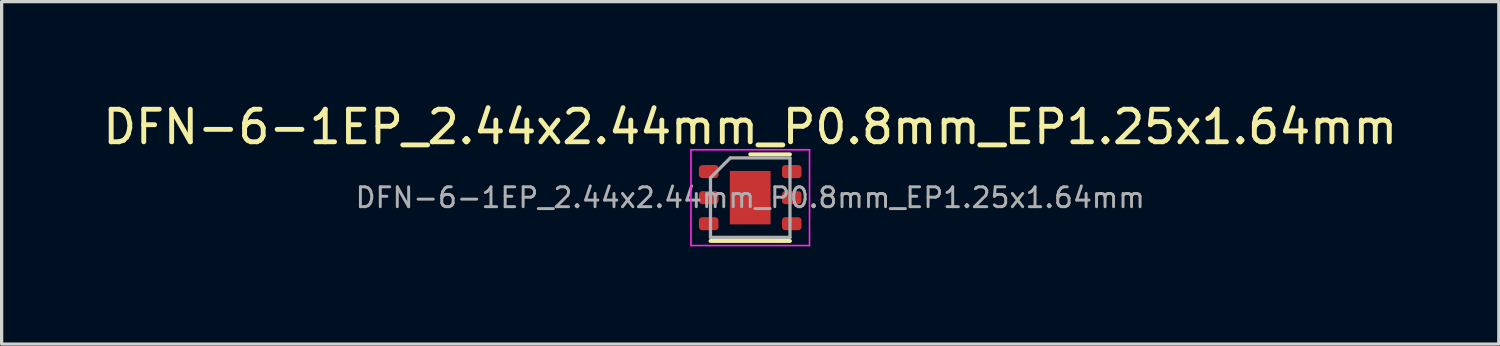
<source format=kicad_pcb>
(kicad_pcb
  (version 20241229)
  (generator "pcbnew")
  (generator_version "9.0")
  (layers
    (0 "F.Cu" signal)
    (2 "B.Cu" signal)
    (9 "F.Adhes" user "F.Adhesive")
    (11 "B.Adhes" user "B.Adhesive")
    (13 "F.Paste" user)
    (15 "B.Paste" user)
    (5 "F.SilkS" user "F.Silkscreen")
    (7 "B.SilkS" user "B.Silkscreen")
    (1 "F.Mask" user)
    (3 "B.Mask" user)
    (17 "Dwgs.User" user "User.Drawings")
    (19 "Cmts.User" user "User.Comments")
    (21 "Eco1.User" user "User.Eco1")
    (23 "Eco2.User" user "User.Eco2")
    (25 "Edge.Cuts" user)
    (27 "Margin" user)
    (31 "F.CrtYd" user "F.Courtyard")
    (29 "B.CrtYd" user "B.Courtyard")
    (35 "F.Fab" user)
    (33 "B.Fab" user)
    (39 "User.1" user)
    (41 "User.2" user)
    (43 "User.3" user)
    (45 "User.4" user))
  (footprint "DFN-6-1EP_2.44x2.44mm_P0.8mm_EP1.25x1.64mm"
    (layer "F.Cu")
    (at 19.982 3.018)
    (property "Reference" "DFN-6-1EP_2.44x2.44mm_P0.8mm_EP1.25x1.64mm" (at 0 -2.17 0) (layer "F.SilkS") (effects (font (size 1 1) (thickness 0.15))))
    (attr smd)
    (fp_line (start -1.22 1.33) (end 1.22 1.33) (stroke (width 0.12) (type solid)) (layer "F.SilkS"))
    (fp_line (start 0 -1.33) (end 1.22 -1.33) (stroke (width 0.12) (type solid)) (layer "F.SilkS"))
    (fp_line (start -1.82 -1.47) (end -1.82 1.47) (stroke (width 0.05) (type solid)) (layer "F.CrtYd"))
    (fp_line (start -1.82 1.47) (end 1.82 1.47) (stroke (width 0.05) (type solid)) (layer "F.CrtYd"))
    (fp_line (start 1.82 -1.47) (end -1.82 -1.47) (stroke (width 0.05) (type solid)) (layer "F.CrtYd"))
    (fp_line (start 1.82 1.47) (end 1.82 -1.47) (stroke (width 0.05) (type solid)) (layer "F.CrtYd"))
    (fp_line (start -1.22 -0.61) (end -0.61 -1.22) (stroke (width 0.1) (type solid)) (layer "F.Fab"))
    (fp_line (start -1.22 1.22) (end -1.22 -0.61) (stroke (width 0.1) (type solid)) (layer "F.Fab"))
    (fp_line (start -0.61 -1.22) (end 1.22 -1.22) (stroke (width 0.1) (type solid)) (layer "F.Fab"))
    (fp_line (start 1.22 -1.22) (end 1.22 1.22) (stroke (width 0.1) (type solid)) (layer "F.Fab"))
    (fp_line (start 1.22 1.22) (end -1.22 1.22) (stroke (width 0.1) (type solid)) (layer "F.Fab"))
    (fp_text user "${REFERENCE}" (at 0 0 0) (layer "F.Fab") (effects (font (size 0.61 0.61) (thickness 0.09))))
    (pad "" smd roundrect (at 0 0) (size 1.01 1.32) (layers "F.Paste") (roundrect_rratio 0.248))
    (pad "1" smd roundrect (at -1.275 -0.8) (size 0.6 0.4) (layers "F.Cu" "F.Mask" "F.Paste") (roundrect_rratio 0.25))
    (pad "2" smd roundrect (at -1.275 0) (size 0.6 0.4) (layers "F.Cu" "F.Mask" "F.Paste") (roundrect_rratio 0.25))
    (pad "3" smd roundrect (at -1.275 0.8) (size 0.6 0.4) (layers "F.Cu" "F.Mask" "F.Paste") (roundrect_rratio 0.25))
    (pad "4" smd roundrect (at 1.275 0.8) (size 0.6 0.4) (layers "F.Cu" "F.Mask" "F.Paste") (roundrect_rratio 0.25))
    (pad "5" smd roundrect (at 1.275 0) (size 0.6 0.4) (layers "F.Cu" "F.Mask" "F.Paste") (roundrect_rratio 0.25))
    (pad "6" smd roundrect (at 1.275 -0.8) (size 0.6 0.4) (layers "F.Cu" "F.Mask" "F.Paste") (roundrect_rratio 0.25))
    (pad "7" smd rect (at 0 0) (size 1.25 1.64) (layers "F.Cu" "F.Mask")))
  (gr_rect
    (start -3 -3)
    (end 42.964 7.513)
    (stroke (width 0.1) (type default))
    (fill no)
    (layer "Edge.Cuts")))
</source>
